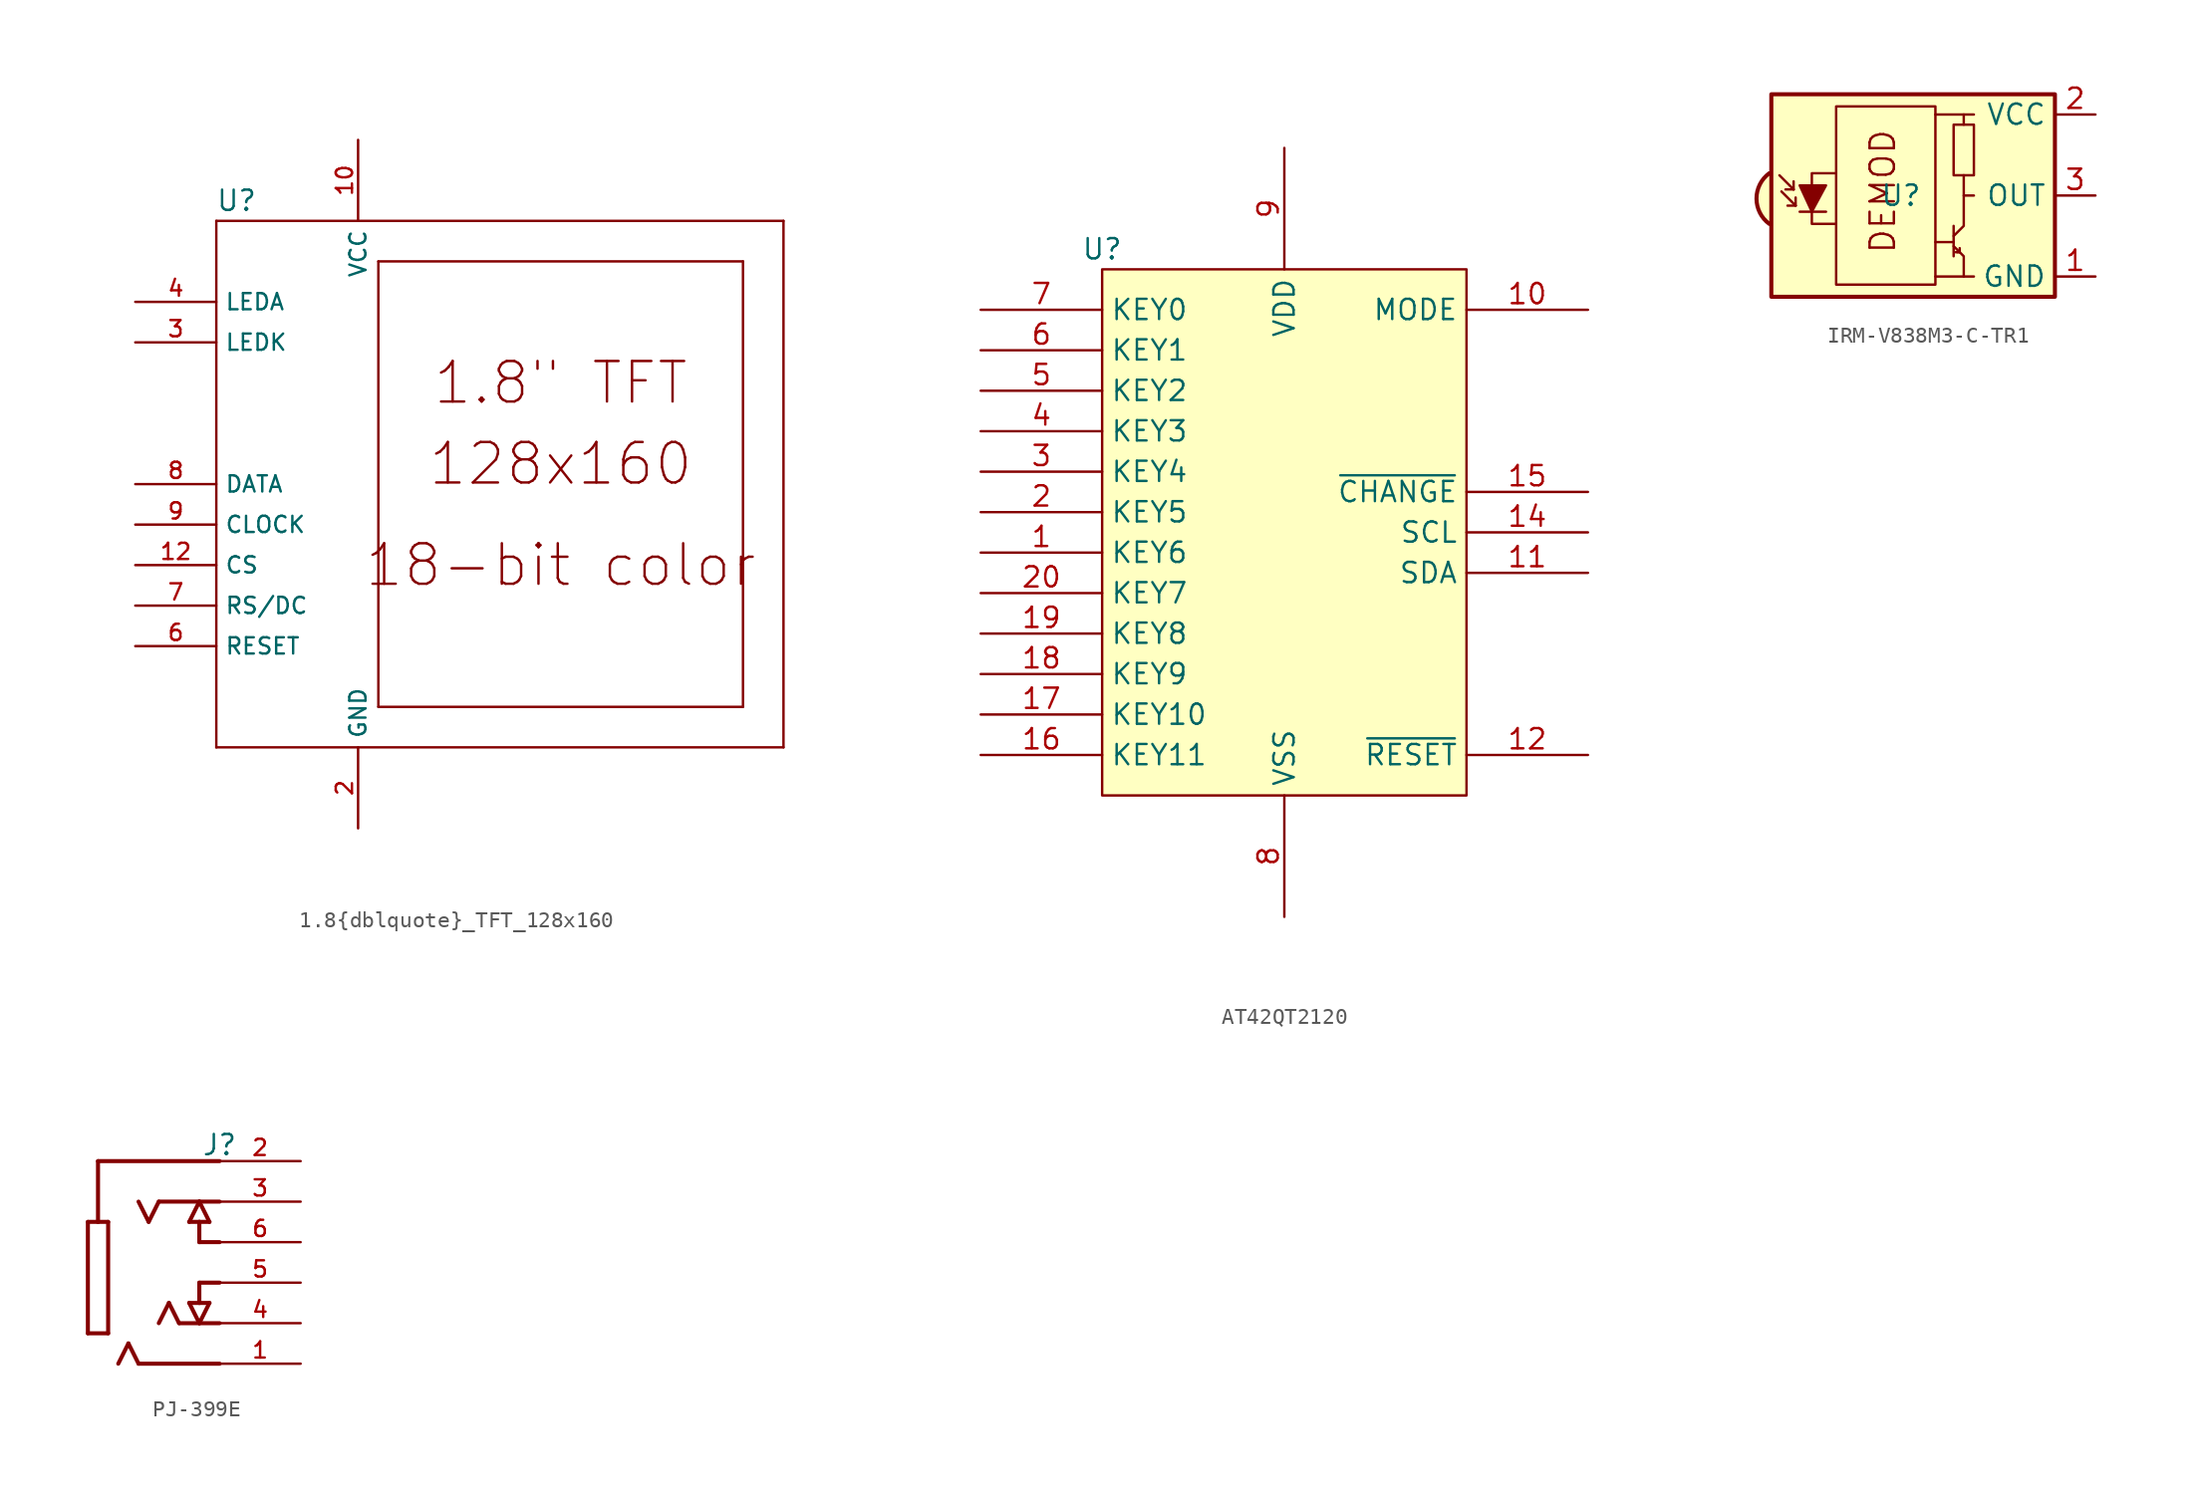
<source format=kicad_sym>
(kicad_symbol_lib
  (version 20220914)
  (generator kicad_symbol_editor)
  (symbol "1.8{dblquote}_TFT_128x160"
    (property "Reference" "U"
      (at -16.51 19.05 0)
      (effects (font (size 1.27 1.27))))
    (property "Value" ""
      (at -2.54 3.81 0)
      (effects (font (size 1.27 1.27))))
    (symbol "1.8{dblquote}_TFT_128x160_1_0"
      (polyline (pts (xy -17.78 -15.24) (xy -17.78 17.78)) (stroke (width 0) (type default)) (fill (type none)))
      (polyline (pts (xy -17.78 17.78) (xy 17.78 17.78)) (stroke (width 0) (type default)) (fill (type none)))
      (polyline (pts (xy -7.62 -12.7) (xy -7.62 15.24)) (stroke (width 0) (type default)) (fill (type none)))
      (polyline (pts (xy -7.62 15.24) (xy 15.24 15.24)) (stroke (width 0) (type default)) (fill (type none)))
      (polyline (pts (xy 15.24 -12.7) (xy -7.62 -12.7)) (stroke (width 0) (type default)) (fill (type none)))
      (polyline (pts (xy 15.24 15.24) (xy 15.24 -12.7)) (stroke (width 0) (type default)) (fill (type none)))
      (polyline (pts (xy 17.78 -15.24) (xy -17.78 -15.24)) (stroke (width 0) (type default)) (fill (type none)))
      (polyline (pts (xy 17.78 17.78) (xy 17.78 -15.24)) (stroke (width 0) (type default)) (fill (type none)))
      (text "1.8\" TFT" (at 3.81 7.62 0) (effects (font (size 2.54 2.54))))
      (text "128x160" (at 3.81 2.54 0) (effects (font (size 2.54 2.54))))
      (text "18-bit color" (at 3.81 -3.81 0) (effects (font (size 2.54 2.54)))))
    (symbol "1.8{dblquote}_TFT_128x160_1_1"
      (pin power_in line (at -8.89 22.86 270) (length 5.08) (name "VCC" (effects (font (size 1.016 1.016)))) (number "10" (effects (font (size 1.016 1.016)))))
      (pin power_in line (at -8.89 22.86 270) (length 5.08) hide (name "VCC2" (effects (font (size 1.016 1.016)))) (number "11" (effects (font (size 1.016 1.016)))))
      (pin input line (at -22.86 -3.81 0) (length 5.08) (name "CS" (effects (font (size 1.016 1.016)))) (number "12" (effects (font (size 1.016 1.016)))))
      (pin power_in line (at -8.89 -20.32 90) (length 5.08) hide (name "GND2" (effects (font (size 1.016 1.016)))) (number "13" (effects (font (size 1.016 1.016)))))
      (pin power_in line (at -8.89 -20.32 90) (length 5.08) (name "GND" (effects (font (size 1.016 1.016)))) (number "2" (effects (font (size 1.016 1.016)))))
      (pin input line (at -22.86 10.16 0) (length 5.08) (name "LEDK" (effects (font (size 1.016 1.016)))) (number "3" (effects (font (size 1.016 1.016)))))
      (pin input line (at -22.86 12.7 0) (length 5.08) (name "LEDA" (effects (font (size 1.016 1.016)))) (number "4" (effects (font (size 1.016 1.016)))))
      (pin power_in line (at -8.89 -20.32 90) (length 5.08) hide (name "GND1" (effects (font (size 1.016 1.016)))) (number "5" (effects (font (size 1.016 1.016)))))
      (pin input line (at -22.86 -8.89 0) (length 5.08) (name "RESET" (effects (font (size 1.016 1.016)))) (number "6" (effects (font (size 1.016 1.016)))))
      (pin input line (at -22.86 -6.35 0) (length 5.08) (name "RS/DC" (effects (font (size 1.016 1.016)))) (number "7" (effects (font (size 1.016 1.016)))))
      (pin bidirectional line (at -22.86 1.27 0) (length 5.08) (name "DATA" (effects (font (size 1.016 1.016)))) (number "8" (effects (font (size 1.016 1.016)))))
      (pin input line (at -22.86 -1.27 0) (length 5.08) (name "CLOCK" (effects (font (size 1.016 1.016)))) (number "9" (effects (font (size 1.016 1.016)))))))
  (symbol "AT42QT2120"
    (property "Reference" "U"
      (at -11.43 17.78 0)
      (effects (font (size 1.27 1.27))))
    (property "Value" ""
      (at 0 5.08 0)
      (effects (font (size 1.27 1.27))))
    (symbol "AT42QT2120_1_0"
      (rectangle (start -11.43 16.51) (end 11.43 -16.51) (stroke (width 0) (type default)) (fill (type background))))
    (symbol "AT42QT2120_1_1"
      (pin bidirectional line (at -19.05 -1.27 0) (length 7.62) (name "KEY6" (effects (font (size 1.27 1.27)))) (number "1" (effects (font (size 1.27 1.27)))))
      (pin input line (at 19.05 13.97 180) (length 7.62) (name "MODE" (effects (font (size 1.27 1.27)))) (number "10" (effects (font (size 1.27 1.27)))))
      (pin tri_state line (at 19.05 -2.54 180) (length 7.62) (name "SDA" (effects (font (size 1.27 1.27)))) (number "11" (effects (font (size 1.27 1.27)))))
      (pin input line (at 19.05 -13.97 180) (length 7.62) (name "~{RESET}" (effects (font (size 1.27 1.27)))) (number "12" (effects (font (size 1.27 1.27)))))
      (pin no_connect line (at 7.62 -24.13 90) (length 7.62) hide (name "NC" (effects (font (size 1.27 1.27)))) (number "13" (effects (font (size 1.27 1.27)))))
      (pin tri_state line (at 19.05 0 180) (length 7.62) (name "SCL" (effects (font (size 1.27 1.27)))) (number "14" (effects (font (size 1.27 1.27)))))
      (pin tri_state line (at 19.05 2.54 180) (length 7.62) (name "~{CHANGE}" (effects (font (size 1.27 1.27)))) (number "15" (effects (font (size 1.27 1.27)))))
      (pin bidirectional line (at -19.05 -13.97 0) (length 7.62) (name "KEY11" (effects (font (size 1.27 1.27)))) (number "16" (effects (font (size 1.27 1.27)))))
      (pin bidirectional line (at -19.05 -11.43 0) (length 7.62) (name "KEY10" (effects (font (size 1.27 1.27)))) (number "17" (effects (font (size 1.27 1.27)))))
      (pin bidirectional line (at -19.05 -8.89 0) (length 7.62) (name "KEY9" (effects (font (size 1.27 1.27)))) (number "18" (effects (font (size 1.27 1.27)))))
      (pin bidirectional line (at -19.05 -6.35 0) (length 7.62) (name "KEY8" (effects (font (size 1.27 1.27)))) (number "19" (effects (font (size 1.27 1.27)))))
      (pin bidirectional line (at -19.05 1.27 0) (length 7.62) (name "KEY5" (effects (font (size 1.27 1.27)))) (number "2" (effects (font (size 1.27 1.27)))))
      (pin bidirectional line (at -19.05 -3.81 0) (length 7.62) (name "KEY7" (effects (font (size 1.27 1.27)))) (number "20" (effects (font (size 1.27 1.27)))))
      (pin bidirectional line (at -19.05 3.81 0) (length 7.62) (name "KEY4" (effects (font (size 1.27 1.27)))) (number "3" (effects (font (size 1.27 1.27)))))
      (pin bidirectional line (at -19.05 6.35 0) (length 7.62) (name "KEY3" (effects (font (size 1.27 1.27)))) (number "4" (effects (font (size 1.27 1.27)))))
      (pin bidirectional line (at -19.05 8.89 0) (length 7.62) (name "KEY2" (effects (font (size 1.27 1.27)))) (number "5" (effects (font (size 1.27 1.27)))))
      (pin bidirectional line (at -19.05 11.43 0) (length 7.62) (name "KEY1" (effects (font (size 1.27 1.27)))) (number "6" (effects (font (size 1.27 1.27)))))
      (pin bidirectional line (at -19.05 13.97 0) (length 7.62) (name "KEY0" (effects (font (size 1.27 1.27)))) (number "7" (effects (font (size 1.27 1.27)))))
      (pin power_in line (at 0 -24.13 90) (length 7.62) (name "VSS" (effects (font (size 1.27 1.27)))) (number "8" (effects (font (size 1.27 1.27)))))
      (pin power_in line (at 0 24.13 270) (length 7.62) (name "VDD" (effects (font (size 1.27 1.27)))) (number "9" (effects (font (size 1.27 1.27)))))))
  (symbol "IRM-V838M3-C-TR1"
    (property "Reference" "U"
      (at -10.922 0 0)
      (effects (font (size 1.27 1.27))))
    (property "Value" ""
      (at -10.922 0 0)
      (effects (font (size 1.27 1.27))))
    (symbol "IRM-V838M3-C-TR1_0_0"
      (arc (start -19.177 1.397) (mid -19.9799 -0.1905) (end -19.177 -1.778) (stroke (width 0.254) (type default)) (fill (type background)))
      (polyline (pts (xy -6.985 -5.08) (xy -8.763 -5.08)) (stroke (width 0) (type default)) (fill (type none)))
      (polyline (pts (xy -6.985 5.08) (xy -8.763 5.08)) (stroke (width 0) (type default)) (fill (type none)))
      (text "DEMOD" (at -12.065 0.254 900) (effects (font (size 1.524 1.524)))))
    (symbol "IRM-V838M3-C-TR1_0_1"
      (rectangle (start -14.986 5.588) (end -8.763 -5.588) (stroke (width 0) (type default)) (fill (type none)))
      (rectangle (start -6.35 1.27) (end -7.62 4.445) (stroke (width 0) (type default)) (fill (type none)))
      (rectangle (start -1.27 6.35) (end -19.05 -6.35) (stroke (width 0.254) (type default)) (fill (type background)))
      (polyline (pts (xy -17.653 0.381) (xy -18.542 1.27)) (stroke (width 0) (type default)) (fill (type none)))
      (polyline (pts (xy -17.653 0.381) (xy -18.161 0.381)) (stroke (width 0) (type default)) (fill (type none)))
      (polyline (pts (xy -17.653 0.381) (xy -17.653 0.889)) (stroke (width 0) (type default)) (fill (type none)))
      (polyline (pts (xy -17.526 -0.635) (xy -18.415 0.254)) (stroke (width 0) (type default)) (fill (type none)))
      (polyline (pts (xy -17.526 -0.635) (xy -18.034 -0.635)) (stroke (width 0) (type default)) (fill (type none)))
      (polyline (pts (xy -17.526 -0.635) (xy -17.526 -0.127)) (stroke (width 0) (type default)) (fill (type none)))
      (polyline (pts (xy -17.272 -1.016) (xy -15.621 -1.016)) (stroke (width 0) (type default)) (fill (type none)))
      (polyline (pts (xy -7.62 -2.921) (xy -8.763 -2.921)) (stroke (width 0) (type default)) (fill (type none)))
      (polyline (pts (xy -7.62 -1.905) (xy -7.62 -3.81)) (stroke (width 0) (type default)) (fill (type none)))
      (polyline (pts (xy -7.493 -3.556) (xy -7.366 -3.556)) (stroke (width 0) (type default)) (fill (type none)))
      (polyline (pts (xy -7.239 -3.556) (xy -7.366 -3.556)) (stroke (width 0) (type default)) (fill (type none)))
      (polyline (pts (xy -7.239 -3.556) (xy -7.239 -3.302)) (stroke (width 0) (type default)) (fill (type none)))
      (polyline (pts (xy -6.985 0) (xy -6.985 1.27)) (stroke (width 0) (type default)) (fill (type none)))
      (polyline (pts (xy -6.985 4.445) (xy -6.985 5.08) (xy -6.35 5.08)) (stroke (width 0) (type default)) (fill (type none)))
      (polyline (pts (xy -17.272 0.635) (xy -15.621 0.635) (xy -16.51 -1.016) (xy -17.272 0.635)) (stroke (width 0) (type default)) (fill (type outline)))
      (polyline (pts (xy -14.986 1.397) (xy -16.51 1.397) (xy -16.51 -1.778) (xy -14.986 -1.778)) (stroke (width 0) (type default)) (fill (type none)))
      (polyline (pts (xy -7.62 -3.175) (xy -6.985 -3.81) (xy -6.985 -5.08) (xy -6.35 -5.08)) (stroke (width 0) (type default)) (fill (type none)))
      (polyline (pts (xy -7.62 -2.54) (xy -6.985 -1.905) (xy -6.985 0) (xy -6.35 0)) (stroke (width 0) (type default)) (fill (type none))))
    (symbol "IRM-V838M3-C-TR1_1_1"
      (pin power_in line (at 1.27 -5.08 180) (length 2.54) (name "GND" (effects (font (size 1.27 1.27)))) (number "1" (effects (font (size 1.27 1.27)))))
      (pin power_in line (at 1.27 5.08 180) (length 2.54) (name "VCC" (effects (font (size 1.27 1.27)))) (number "2" (effects (font (size 1.27 1.27)))))
      (pin output line (at 1.27 0 180) (length 2.54) (name "OUT" (effects (font (size 1.27 1.27)))) (number "3" (effects (font (size 1.27 1.27)))))
      (pin power_in line (at 1.27 -5.08 180) (length 2.54) hide (name "GND" (effects (font (size 1.27 1.27)))) (number "4" (effects (font (size 1.27 1.27)))))))
  (symbol "PJ-399E"
    (property "Reference" "J"
      (at 0 7.366 0)
      (effects (font (size 1.27 1.27))))
    (property "Value" ""
      (at 0 0 0)
      (effects (font (size 1.27 1.27))))
    (symbol "PJ-399E_0_0"
      (polyline (pts (xy -8.255 -4.445) (xy -8.255 2.54)) (stroke (width 0.254) (type default)) (fill (type none)))
      (polyline (pts (xy -8.255 2.54) (xy -7.62 2.54)) (stroke (width 0.254) (type default)) (fill (type none)))
      (polyline (pts (xy -7.62 2.54) (xy -6.985 2.54)) (stroke (width 0.254) (type default)) (fill (type none)))
      (polyline (pts (xy -7.62 6.35) (xy -7.62 2.54)) (stroke (width 0.254) (type default)) (fill (type none)))
      (polyline (pts (xy -6.985 -4.445) (xy -8.255 -4.445)) (stroke (width 0.254) (type default)) (fill (type none)))
      (polyline (pts (xy -6.985 2.54) (xy -6.985 -4.445)) (stroke (width 0.254) (type default)) (fill (type none)))
      (polyline (pts (xy -5.715 -5.08) (xy -6.35 -6.35)) (stroke (width 0.254) (type default)) (fill (type none)))
      (polyline (pts (xy -5.08 -6.35) (xy -5.715 -5.08)) (stroke (width 0.254) (type default)) (fill (type none)))
      (polyline (pts (xy -4.445 2.54) (xy -5.08 3.81)) (stroke (width 0.254) (type default)) (fill (type none)))
      (polyline (pts (xy -3.81 3.81) (xy -4.445 2.54)) (stroke (width 0.254) (type default)) (fill (type none)))
      (polyline (pts (xy -3.175 -2.54) (xy -3.81 -3.81)) (stroke (width 0.254) (type default)) (fill (type none)))
      (polyline (pts (xy -2.54 -3.81) (xy -3.175 -2.54)) (stroke (width 0.254) (type default)) (fill (type none)))
      (polyline (pts (xy -1.905 -2.54) (xy -1.27 -2.54)) (stroke (width 0.254) (type default)) (fill (type none)))
      (polyline (pts (xy -1.905 2.54) (xy -1.27 2.54)) (stroke (width 0.254) (type default)) (fill (type none)))
      (polyline (pts (xy -1.27 -3.81) (xy -2.54 -3.81)) (stroke (width 0.254) (type default)) (fill (type none)))
      (polyline (pts (xy -1.27 -3.81) (xy -1.905 -2.54)) (stroke (width 0.254) (type default)) (fill (type none)))
      (polyline (pts (xy -1.27 -2.54) (xy -0.635 -2.54)) (stroke (width 0.254) (type default)) (fill (type none)))
      (polyline (pts (xy -1.27 -1.27) (xy -1.27 -2.54)) (stroke (width 0.254) (type default)) (fill (type none)))
      (polyline (pts (xy -1.27 1.27) (xy -1.27 2.54)) (stroke (width 0.254) (type default)) (fill (type none)))
      (polyline (pts (xy -1.27 2.54) (xy -0.635 2.54)) (stroke (width 0.254) (type default)) (fill (type none)))
      (polyline (pts (xy -1.27 3.81) (xy -3.81 3.81)) (stroke (width 0.254) (type default)) (fill (type none)))
      (polyline (pts (xy -1.27 3.81) (xy -1.905 2.54)) (stroke (width 0.254) (type default)) (fill (type none)))
      (polyline (pts (xy -0.635 -2.54) (xy -1.27 -3.81)) (stroke (width 0.254) (type default)) (fill (type none)))
      (polyline (pts (xy -0.635 2.54) (xy -1.27 3.81)) (stroke (width 0.254) (type default)) (fill (type none)))
      (polyline (pts (xy 0 -6.35) (xy -5.08 -6.35)) (stroke (width 0.254) (type default)) (fill (type none)))
      (polyline (pts (xy 0 -3.81) (xy -1.27 -3.81)) (stroke (width 0.254) (type default)) (fill (type none)))
      (polyline (pts (xy 0 -1.27) (xy -1.27 -1.27)) (stroke (width 0.254) (type default)) (fill (type none)))
      (polyline (pts (xy 0 1.27) (xy -1.27 1.27)) (stroke (width 0.254) (type default)) (fill (type none)))
      (polyline (pts (xy 0 3.81) (xy -1.27 3.81)) (stroke (width 0.254) (type default)) (fill (type none)))
      (polyline (pts (xy 0 6.35) (xy -7.62 6.35)) (stroke (width 0.254) (type default)) (fill (type none)))
      (pin passive line (at 5.08 -6.35 180) (length 5.08) (name "~" (effects (font (size 1.016 1.016)))) (number "1" (effects (font (size 1.016 1.016)))))
      (pin passive line (at 5.08 6.35 180) (length 5.08) (name "~" (effects (font (size 1.016 1.016)))) (number "2" (effects (font (size 1.016 1.016)))))
      (pin passive line (at 5.08 3.81 180) (length 5.08) (name "~" (effects (font (size 1.016 1.016)))) (number "3" (effects (font (size 1.016 1.016)))))
      (pin passive line (at 5.08 -3.81 180) (length 5.08) (name "~" (effects (font (size 1.016 1.016)))) (number "4" (effects (font (size 1.016 1.016)))))
      (pin passive line (at 5.08 -1.27 180) (length 5.08) (name "~" (effects (font (size 1.016 1.016)))) (number "5" (effects (font (size 1.016 1.016)))))
      (pin passive line (at 5.08 1.27 180) (length 5.08) (name "~" (effects (font (size 1.016 1.016)))) (number "6" (effects (font (size 1.016 1.016))))))))
</source>
